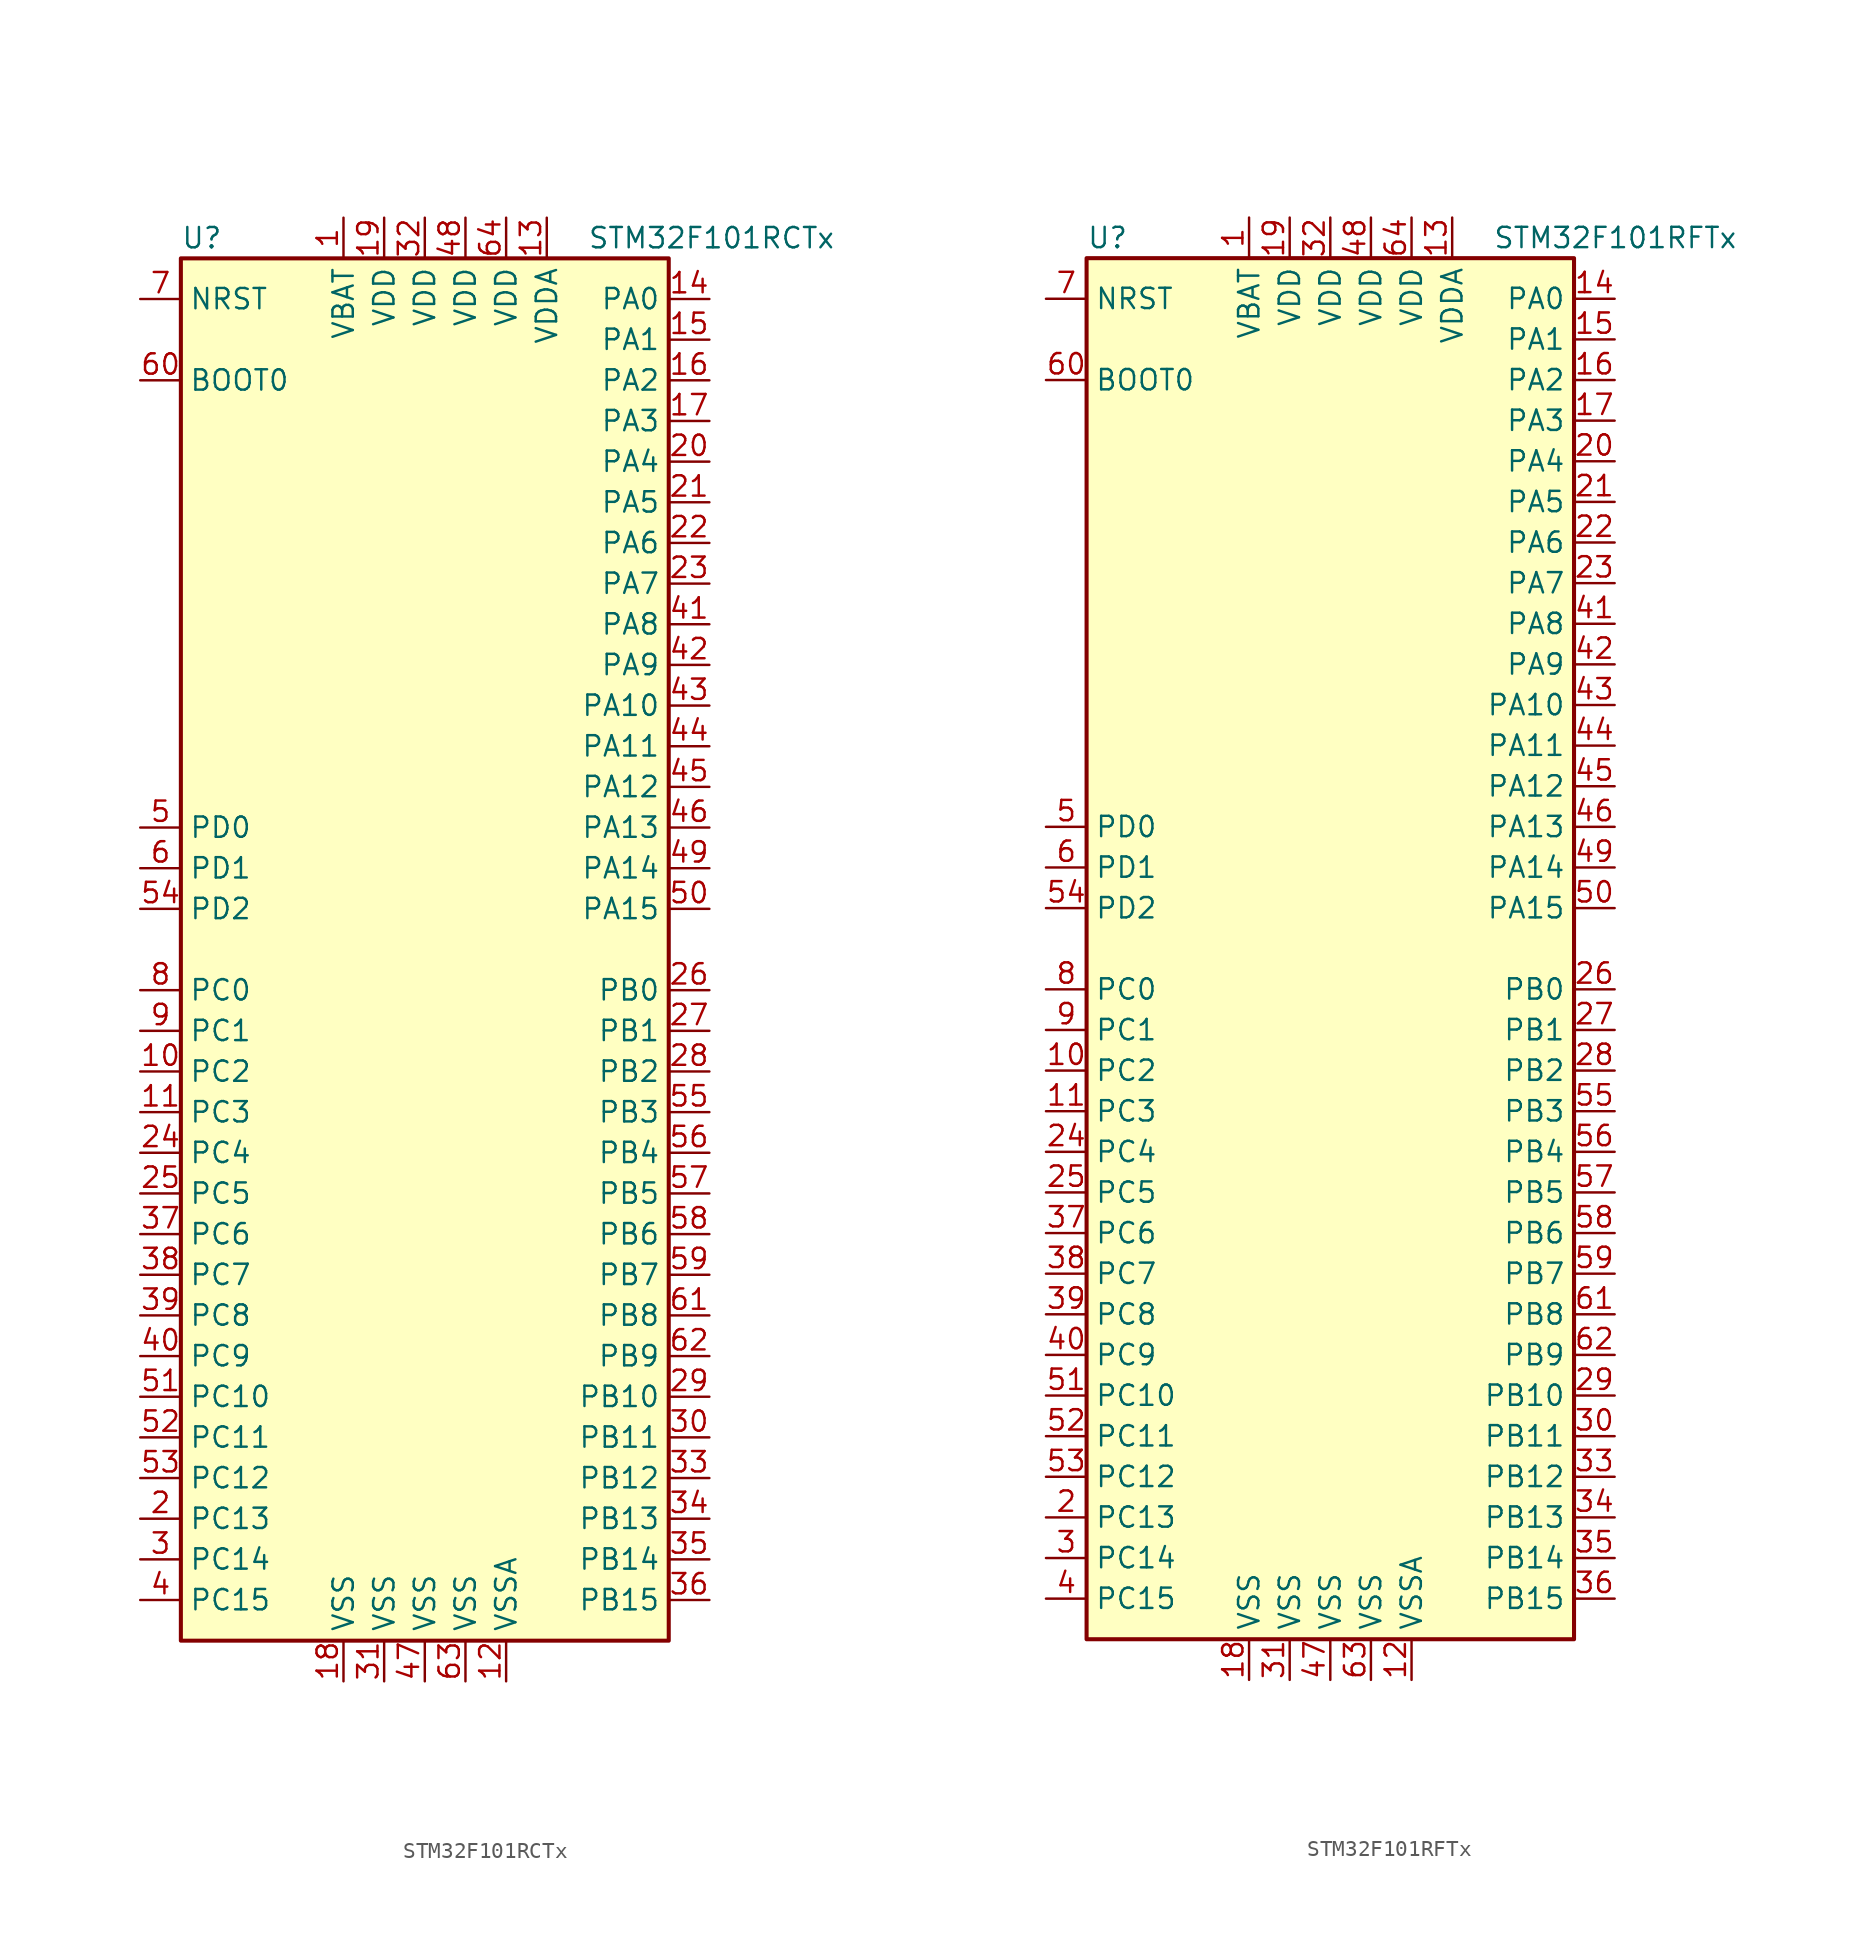
<source format=kicad_sym>
(kicad_symbol_lib
  (version 20211014)
  (generator kicad_symbol_editor)
  (symbol "STM32F101RCTx"
    (property "Reference" "U"
      (at -15.24 44.45 0)
      (effects (font (size 1.27 1.27)) (justify left)))
    (property "Value" "STM32F101RCTx"
      (at 10.16 44.45 0)
      (effects (font (size 1.27 1.27)) (justify left)))
    (symbol "STM32F101RCTx_0_1"
      (rectangle (start -15.24 -43.18) (end 15.24 43.18) (stroke (width 0.254) (type default) (color 0 0 0 0)) (fill (type background))))
    (symbol "STM32F101RCTx_1_1"
      (pin power_in line (at -5.08 45.72 270) (length 2.54) (name "VBAT" (effects (font (size 1.27 1.27)))) (number "1" (effects (font (size 1.27 1.27)))))
      (pin bidirectional line (at -17.78 -7.62 0) (length 2.54) (name "PC2" (effects (font (size 1.27 1.27)))) (number "10" (effects (font (size 1.27 1.27)))))
      (pin bidirectional line (at -17.78 -10.16 0) (length 2.54) (name "PC3" (effects (font (size 1.27 1.27)))) (number "11" (effects (font (size 1.27 1.27)))))
      (pin power_in line (at 5.08 -45.72 90) (length 2.54) (name "VSSA" (effects (font (size 1.27 1.27)))) (number "12" (effects (font (size 1.27 1.27)))))
      (pin power_in line (at 7.62 45.72 270) (length 2.54) (name "VDDA" (effects (font (size 1.27 1.27)))) (number "13" (effects (font (size 1.27 1.27)))))
      (pin bidirectional line (at 17.78 40.64 180) (length 2.54) (name "PA0" (effects (font (size 1.27 1.27)))) (number "14" (effects (font (size 1.27 1.27)))))
      (pin bidirectional line (at 17.78 38.1 180) (length 2.54) (name "PA1" (effects (font (size 1.27 1.27)))) (number "15" (effects (font (size 1.27 1.27)))))
      (pin bidirectional line (at 17.78 35.56 180) (length 2.54) (name "PA2" (effects (font (size 1.27 1.27)))) (number "16" (effects (font (size 1.27 1.27)))))
      (pin bidirectional line (at 17.78 33.02 180) (length 2.54) (name "PA3" (effects (font (size 1.27 1.27)))) (number "17" (effects (font (size 1.27 1.27)))))
      (pin power_in line (at -5.08 -45.72 90) (length 2.54) (name "VSS" (effects (font (size 1.27 1.27)))) (number "18" (effects (font (size 1.27 1.27)))))
      (pin power_in line (at -2.54 45.72 270) (length 2.54) (name "VDD" (effects (font (size 1.27 1.27)))) (number "19" (effects (font (size 1.27 1.27)))))
      (pin bidirectional line (at -17.78 -35.56 0) (length 2.54) (name "PC13" (effects (font (size 1.27 1.27)))) (number "2" (effects (font (size 1.27 1.27)))))
      (pin bidirectional line (at 17.78 30.48 180) (length 2.54) (name "PA4" (effects (font (size 1.27 1.27)))) (number "20" (effects (font (size 1.27 1.27)))))
      (pin bidirectional line (at 17.78 27.94 180) (length 2.54) (name "PA5" (effects (font (size 1.27 1.27)))) (number "21" (effects (font (size 1.27 1.27)))))
      (pin bidirectional line (at 17.78 25.4 180) (length 2.54) (name "PA6" (effects (font (size 1.27 1.27)))) (number "22" (effects (font (size 1.27 1.27)))))
      (pin bidirectional line (at 17.78 22.86 180) (length 2.54) (name "PA7" (effects (font (size 1.27 1.27)))) (number "23" (effects (font (size 1.27 1.27)))))
      (pin bidirectional line (at -17.78 -12.7 0) (length 2.54) (name "PC4" (effects (font (size 1.27 1.27)))) (number "24" (effects (font (size 1.27 1.27)))))
      (pin bidirectional line (at -17.78 -15.24 0) (length 2.54) (name "PC5" (effects (font (size 1.27 1.27)))) (number "25" (effects (font (size 1.27 1.27)))))
      (pin bidirectional line (at 17.78 -2.54 180) (length 2.54) (name "PB0" (effects (font (size 1.27 1.27)))) (number "26" (effects (font (size 1.27 1.27)))))
      (pin bidirectional line (at 17.78 -5.08 180) (length 2.54) (name "PB1" (effects (font (size 1.27 1.27)))) (number "27" (effects (font (size 1.27 1.27)))))
      (pin bidirectional line (at 17.78 -7.62 180) (length 2.54) (name "PB2" (effects (font (size 1.27 1.27)))) (number "28" (effects (font (size 1.27 1.27)))))
      (pin bidirectional line (at 17.78 -27.94 180) (length 2.54) (name "PB10" (effects (font (size 1.27 1.27)))) (number "29" (effects (font (size 1.27 1.27)))))
      (pin bidirectional line (at -17.78 -38.1 0) (length 2.54) (name "PC14" (effects (font (size 1.27 1.27)))) (number "3" (effects (font (size 1.27 1.27)))))
      (pin bidirectional line (at 17.78 -30.48 180) (length 2.54) (name "PB11" (effects (font (size 1.27 1.27)))) (number "30" (effects (font (size 1.27 1.27)))))
      (pin power_in line (at -2.54 -45.72 90) (length 2.54) (name "VSS" (effects (font (size 1.27 1.27)))) (number "31" (effects (font (size 1.27 1.27)))))
      (pin power_in line (at 0 45.72 270) (length 2.54) (name "VDD" (effects (font (size 1.27 1.27)))) (number "32" (effects (font (size 1.27 1.27)))))
      (pin bidirectional line (at 17.78 -33.02 180) (length 2.54) (name "PB12" (effects (font (size 1.27 1.27)))) (number "33" (effects (font (size 1.27 1.27)))))
      (pin bidirectional line (at 17.78 -35.56 180) (length 2.54) (name "PB13" (effects (font (size 1.27 1.27)))) (number "34" (effects (font (size 1.27 1.27)))))
      (pin bidirectional line (at 17.78 -38.1 180) (length 2.54) (name "PB14" (effects (font (size 1.27 1.27)))) (number "35" (effects (font (size 1.27 1.27)))))
      (pin bidirectional line (at 17.78 -40.64 180) (length 2.54) (name "PB15" (effects (font (size 1.27 1.27)))) (number "36" (effects (font (size 1.27 1.27)))))
      (pin bidirectional line (at -17.78 -17.78 0) (length 2.54) (name "PC6" (effects (font (size 1.27 1.27)))) (number "37" (effects (font (size 1.27 1.27)))))
      (pin bidirectional line (at -17.78 -20.32 0) (length 2.54) (name "PC7" (effects (font (size 1.27 1.27)))) (number "38" (effects (font (size 1.27 1.27)))))
      (pin bidirectional line (at -17.78 -22.86 0) (length 2.54) (name "PC8" (effects (font (size 1.27 1.27)))) (number "39" (effects (font (size 1.27 1.27)))))
      (pin bidirectional line (at -17.78 -40.64 0) (length 2.54) (name "PC15" (effects (font (size 1.27 1.27)))) (number "4" (effects (font (size 1.27 1.27)))))
      (pin bidirectional line (at -17.78 -25.4 0) (length 2.54) (name "PC9" (effects (font (size 1.27 1.27)))) (number "40" (effects (font (size 1.27 1.27)))))
      (pin bidirectional line (at 17.78 20.32 180) (length 2.54) (name "PA8" (effects (font (size 1.27 1.27)))) (number "41" (effects (font (size 1.27 1.27)))))
      (pin bidirectional line (at 17.78 17.78 180) (length 2.54) (name "PA9" (effects (font (size 1.27 1.27)))) (number "42" (effects (font (size 1.27 1.27)))))
      (pin bidirectional line (at 17.78 15.24 180) (length 2.54) (name "PA10" (effects (font (size 1.27 1.27)))) (number "43" (effects (font (size 1.27 1.27)))))
      (pin bidirectional line (at 17.78 12.7 180) (length 2.54) (name "PA11" (effects (font (size 1.27 1.27)))) (number "44" (effects (font (size 1.27 1.27)))))
      (pin bidirectional line (at 17.78 10.16 180) (length 2.54) (name "PA12" (effects (font (size 1.27 1.27)))) (number "45" (effects (font (size 1.27 1.27)))))
      (pin bidirectional line (at 17.78 7.62 180) (length 2.54) (name "PA13" (effects (font (size 1.27 1.27)))) (number "46" (effects (font (size 1.27 1.27)))))
      (pin power_in line (at 0 -45.72 90) (length 2.54) (name "VSS" (effects (font (size 1.27 1.27)))) (number "47" (effects (font (size 1.27 1.27)))))
      (pin power_in line (at 2.54 45.72 270) (length 2.54) (name "VDD" (effects (font (size 1.27 1.27)))) (number "48" (effects (font (size 1.27 1.27)))))
      (pin bidirectional line (at 17.78 5.08 180) (length 2.54) (name "PA14" (effects (font (size 1.27 1.27)))) (number "49" (effects (font (size 1.27 1.27)))))
      (pin input line (at -17.78 7.62 0) (length 2.54) (name "PD0" (effects (font (size 1.27 1.27)))) (number "5" (effects (font (size 1.27 1.27)))))
      (pin bidirectional line (at 17.78 2.54 180) (length 2.54) (name "PA15" (effects (font (size 1.27 1.27)))) (number "50" (effects (font (size 1.27 1.27)))))
      (pin bidirectional line (at -17.78 -27.94 0) (length 2.54) (name "PC10" (effects (font (size 1.27 1.27)))) (number "51" (effects (font (size 1.27 1.27)))))
      (pin bidirectional line (at -17.78 -30.48 0) (length 2.54) (name "PC11" (effects (font (size 1.27 1.27)))) (number "52" (effects (font (size 1.27 1.27)))))
      (pin bidirectional line (at -17.78 -33.02 0) (length 2.54) (name "PC12" (effects (font (size 1.27 1.27)))) (number "53" (effects (font (size 1.27 1.27)))))
      (pin bidirectional line (at -17.78 2.54 0) (length 2.54) (name "PD2" (effects (font (size 1.27 1.27)))) (number "54" (effects (font (size 1.27 1.27)))))
      (pin bidirectional line (at 17.78 -10.16 180) (length 2.54) (name "PB3" (effects (font (size 1.27 1.27)))) (number "55" (effects (font (size 1.27 1.27)))))
      (pin bidirectional line (at 17.78 -12.7 180) (length 2.54) (name "PB4" (effects (font (size 1.27 1.27)))) (number "56" (effects (font (size 1.27 1.27)))))
      (pin bidirectional line (at 17.78 -15.24 180) (length 2.54) (name "PB5" (effects (font (size 1.27 1.27)))) (number "57" (effects (font (size 1.27 1.27)))))
      (pin bidirectional line (at 17.78 -17.78 180) (length 2.54) (name "PB6" (effects (font (size 1.27 1.27)))) (number "58" (effects (font (size 1.27 1.27)))))
      (pin bidirectional line (at 17.78 -20.32 180) (length 2.54) (name "PB7" (effects (font (size 1.27 1.27)))) (number "59" (effects (font (size 1.27 1.27)))))
      (pin input line (at -17.78 5.08 0) (length 2.54) (name "PD1" (effects (font (size 1.27 1.27)))) (number "6" (effects (font (size 1.27 1.27)))))
      (pin input line (at -17.78 35.56 0) (length 2.54) (name "BOOT0" (effects (font (size 1.27 1.27)))) (number "60" (effects (font (size 1.27 1.27)))))
      (pin bidirectional line (at 17.78 -22.86 180) (length 2.54) (name "PB8" (effects (font (size 1.27 1.27)))) (number "61" (effects (font (size 1.27 1.27)))))
      (pin bidirectional line (at 17.78 -25.4 180) (length 2.54) (name "PB9" (effects (font (size 1.27 1.27)))) (number "62" (effects (font (size 1.27 1.27)))))
      (pin power_in line (at 2.54 -45.72 90) (length 2.54) (name "VSS" (effects (font (size 1.27 1.27)))) (number "63" (effects (font (size 1.27 1.27)))))
      (pin power_in line (at 5.08 45.72 270) (length 2.54) (name "VDD" (effects (font (size 1.27 1.27)))) (number "64" (effects (font (size 1.27 1.27)))))
      (pin input line (at -17.78 40.64 0) (length 2.54) (name "NRST" (effects (font (size 1.27 1.27)))) (number "7" (effects (font (size 1.27 1.27)))))
      (pin bidirectional line (at -17.78 -2.54 0) (length 2.54) (name "PC0" (effects (font (size 1.27 1.27)))) (number "8" (effects (font (size 1.27 1.27)))))
      (pin bidirectional line (at -17.78 -5.08 0) (length 2.54) (name "PC1" (effects (font (size 1.27 1.27)))) (number "9" (effects (font (size 1.27 1.27)))))))
  (symbol "STM32F101RFTx"
    (property "Reference" "U"
      (at -15.24 44.45 0)
      (effects (font (size 1.27 1.27)) (justify left)))
    (property "Value" "STM32F101RFTx"
      (at 10.16 44.45 0)
      (effects (font (size 1.27 1.27)) (justify left)))
    (symbol "STM32F101RFTx_0_1"
      (rectangle (start -15.24 -43.18) (end 15.24 43.18) (stroke (width 0.254) (type default) (color 0 0 0 0)) (fill (type background))))
    (symbol "STM32F101RFTx_1_1"
      (pin power_in line (at -5.08 45.72 270) (length 2.54) (name "VBAT" (effects (font (size 1.27 1.27)))) (number "1" (effects (font (size 1.27 1.27)))))
      (pin bidirectional line (at -17.78 -7.62 0) (length 2.54) (name "PC2" (effects (font (size 1.27 1.27)))) (number "10" (effects (font (size 1.27 1.27)))))
      (pin bidirectional line (at -17.78 -10.16 0) (length 2.54) (name "PC3" (effects (font (size 1.27 1.27)))) (number "11" (effects (font (size 1.27 1.27)))))
      (pin power_in line (at 5.08 -45.72 90) (length 2.54) (name "VSSA" (effects (font (size 1.27 1.27)))) (number "12" (effects (font (size 1.27 1.27)))))
      (pin power_in line (at 7.62 45.72 270) (length 2.54) (name "VDDA" (effects (font (size 1.27 1.27)))) (number "13" (effects (font (size 1.27 1.27)))))
      (pin bidirectional line (at 17.78 40.64 180) (length 2.54) (name "PA0" (effects (font (size 1.27 1.27)))) (number "14" (effects (font (size 1.27 1.27)))))
      (pin bidirectional line (at 17.78 38.1 180) (length 2.54) (name "PA1" (effects (font (size 1.27 1.27)))) (number "15" (effects (font (size 1.27 1.27)))))
      (pin bidirectional line (at 17.78 35.56 180) (length 2.54) (name "PA2" (effects (font (size 1.27 1.27)))) (number "16" (effects (font (size 1.27 1.27)))))
      (pin bidirectional line (at 17.78 33.02 180) (length 2.54) (name "PA3" (effects (font (size 1.27 1.27)))) (number "17" (effects (font (size 1.27 1.27)))))
      (pin power_in line (at -5.08 -45.72 90) (length 2.54) (name "VSS" (effects (font (size 1.27 1.27)))) (number "18" (effects (font (size 1.27 1.27)))))
      (pin power_in line (at -2.54 45.72 270) (length 2.54) (name "VDD" (effects (font (size 1.27 1.27)))) (number "19" (effects (font (size 1.27 1.27)))))
      (pin bidirectional line (at -17.78 -35.56 0) (length 2.54) (name "PC13" (effects (font (size 1.27 1.27)))) (number "2" (effects (font (size 1.27 1.27)))))
      (pin bidirectional line (at 17.78 30.48 180) (length 2.54) (name "PA4" (effects (font (size 1.27 1.27)))) (number "20" (effects (font (size 1.27 1.27)))))
      (pin bidirectional line (at 17.78 27.94 180) (length 2.54) (name "PA5" (effects (font (size 1.27 1.27)))) (number "21" (effects (font (size 1.27 1.27)))))
      (pin bidirectional line (at 17.78 25.4 180) (length 2.54) (name "PA6" (effects (font (size 1.27 1.27)))) (number "22" (effects (font (size 1.27 1.27)))))
      (pin bidirectional line (at 17.78 22.86 180) (length 2.54) (name "PA7" (effects (font (size 1.27 1.27)))) (number "23" (effects (font (size 1.27 1.27)))))
      (pin bidirectional line (at -17.78 -12.7 0) (length 2.54) (name "PC4" (effects (font (size 1.27 1.27)))) (number "24" (effects (font (size 1.27 1.27)))))
      (pin bidirectional line (at -17.78 -15.24 0) (length 2.54) (name "PC5" (effects (font (size 1.27 1.27)))) (number "25" (effects (font (size 1.27 1.27)))))
      (pin bidirectional line (at 17.78 -2.54 180) (length 2.54) (name "PB0" (effects (font (size 1.27 1.27)))) (number "26" (effects (font (size 1.27 1.27)))))
      (pin bidirectional line (at 17.78 -5.08 180) (length 2.54) (name "PB1" (effects (font (size 1.27 1.27)))) (number "27" (effects (font (size 1.27 1.27)))))
      (pin bidirectional line (at 17.78 -7.62 180) (length 2.54) (name "PB2" (effects (font (size 1.27 1.27)))) (number "28" (effects (font (size 1.27 1.27)))))
      (pin bidirectional line (at 17.78 -27.94 180) (length 2.54) (name "PB10" (effects (font (size 1.27 1.27)))) (number "29" (effects (font (size 1.27 1.27)))))
      (pin bidirectional line (at -17.78 -38.1 0) (length 2.54) (name "PC14" (effects (font (size 1.27 1.27)))) (number "3" (effects (font (size 1.27 1.27)))))
      (pin bidirectional line (at 17.78 -30.48 180) (length 2.54) (name "PB11" (effects (font (size 1.27 1.27)))) (number "30" (effects (font (size 1.27 1.27)))))
      (pin power_in line (at -2.54 -45.72 90) (length 2.54) (name "VSS" (effects (font (size 1.27 1.27)))) (number "31" (effects (font (size 1.27 1.27)))))
      (pin power_in line (at 0 45.72 270) (length 2.54) (name "VDD" (effects (font (size 1.27 1.27)))) (number "32" (effects (font (size 1.27 1.27)))))
      (pin bidirectional line (at 17.78 -33.02 180) (length 2.54) (name "PB12" (effects (font (size 1.27 1.27)))) (number "33" (effects (font (size 1.27 1.27)))))
      (pin bidirectional line (at 17.78 -35.56 180) (length 2.54) (name "PB13" (effects (font (size 1.27 1.27)))) (number "34" (effects (font (size 1.27 1.27)))))
      (pin bidirectional line (at 17.78 -38.1 180) (length 2.54) (name "PB14" (effects (font (size 1.27 1.27)))) (number "35" (effects (font (size 1.27 1.27)))))
      (pin bidirectional line (at 17.78 -40.64 180) (length 2.54) (name "PB15" (effects (font (size 1.27 1.27)))) (number "36" (effects (font (size 1.27 1.27)))))
      (pin bidirectional line (at -17.78 -17.78 0) (length 2.54) (name "PC6" (effects (font (size 1.27 1.27)))) (number "37" (effects (font (size 1.27 1.27)))))
      (pin bidirectional line (at -17.78 -20.32 0) (length 2.54) (name "PC7" (effects (font (size 1.27 1.27)))) (number "38" (effects (font (size 1.27 1.27)))))
      (pin bidirectional line (at -17.78 -22.86 0) (length 2.54) (name "PC8" (effects (font (size 1.27 1.27)))) (number "39" (effects (font (size 1.27 1.27)))))
      (pin bidirectional line (at -17.78 -40.64 0) (length 2.54) (name "PC15" (effects (font (size 1.27 1.27)))) (number "4" (effects (font (size 1.27 1.27)))))
      (pin bidirectional line (at -17.78 -25.4 0) (length 2.54) (name "PC9" (effects (font (size 1.27 1.27)))) (number "40" (effects (font (size 1.27 1.27)))))
      (pin bidirectional line (at 17.78 20.32 180) (length 2.54) (name "PA8" (effects (font (size 1.27 1.27)))) (number "41" (effects (font (size 1.27 1.27)))))
      (pin bidirectional line (at 17.78 17.78 180) (length 2.54) (name "PA9" (effects (font (size 1.27 1.27)))) (number "42" (effects (font (size 1.27 1.27)))))
      (pin bidirectional line (at 17.78 15.24 180) (length 2.54) (name "PA10" (effects (font (size 1.27 1.27)))) (number "43" (effects (font (size 1.27 1.27)))))
      (pin bidirectional line (at 17.78 12.7 180) (length 2.54) (name "PA11" (effects (font (size 1.27 1.27)))) (number "44" (effects (font (size 1.27 1.27)))))
      (pin bidirectional line (at 17.78 10.16 180) (length 2.54) (name "PA12" (effects (font (size 1.27 1.27)))) (number "45" (effects (font (size 1.27 1.27)))))
      (pin bidirectional line (at 17.78 7.62 180) (length 2.54) (name "PA13" (effects (font (size 1.27 1.27)))) (number "46" (effects (font (size 1.27 1.27)))))
      (pin power_in line (at 0 -45.72 90) (length 2.54) (name "VSS" (effects (font (size 1.27 1.27)))) (number "47" (effects (font (size 1.27 1.27)))))
      (pin power_in line (at 2.54 45.72 270) (length 2.54) (name "VDD" (effects (font (size 1.27 1.27)))) (number "48" (effects (font (size 1.27 1.27)))))
      (pin bidirectional line (at 17.78 5.08 180) (length 2.54) (name "PA14" (effects (font (size 1.27 1.27)))) (number "49" (effects (font (size 1.27 1.27)))))
      (pin input line (at -17.78 7.62 0) (length 2.54) (name "PD0" (effects (font (size 1.27 1.27)))) (number "5" (effects (font (size 1.27 1.27)))))
      (pin bidirectional line (at 17.78 2.54 180) (length 2.54) (name "PA15" (effects (font (size 1.27 1.27)))) (number "50" (effects (font (size 1.27 1.27)))))
      (pin bidirectional line (at -17.78 -27.94 0) (length 2.54) (name "PC10" (effects (font (size 1.27 1.27)))) (number "51" (effects (font (size 1.27 1.27)))))
      (pin bidirectional line (at -17.78 -30.48 0) (length 2.54) (name "PC11" (effects (font (size 1.27 1.27)))) (number "52" (effects (font (size 1.27 1.27)))))
      (pin bidirectional line (at -17.78 -33.02 0) (length 2.54) (name "PC12" (effects (font (size 1.27 1.27)))) (number "53" (effects (font (size 1.27 1.27)))))
      (pin bidirectional line (at -17.78 2.54 0) (length 2.54) (name "PD2" (effects (font (size 1.27 1.27)))) (number "54" (effects (font (size 1.27 1.27)))))
      (pin bidirectional line (at 17.78 -10.16 180) (length 2.54) (name "PB3" (effects (font (size 1.27 1.27)))) (number "55" (effects (font (size 1.27 1.27)))))
      (pin bidirectional line (at 17.78 -12.7 180) (length 2.54) (name "PB4" (effects (font (size 1.27 1.27)))) (number "56" (effects (font (size 1.27 1.27)))))
      (pin bidirectional line (at 17.78 -15.24 180) (length 2.54) (name "PB5" (effects (font (size 1.27 1.27)))) (number "57" (effects (font (size 1.27 1.27)))))
      (pin bidirectional line (at 17.78 -17.78 180) (length 2.54) (name "PB6" (effects (font (size 1.27 1.27)))) (number "58" (effects (font (size 1.27 1.27)))))
      (pin bidirectional line (at 17.78 -20.32 180) (length 2.54) (name "PB7" (effects (font (size 1.27 1.27)))) (number "59" (effects (font (size 1.27 1.27)))))
      (pin input line (at -17.78 5.08 0) (length 2.54) (name "PD1" (effects (font (size 1.27 1.27)))) (number "6" (effects (font (size 1.27 1.27)))))
      (pin input line (at -17.78 35.56 0) (length 2.54) (name "BOOT0" (effects (font (size 1.27 1.27)))) (number "60" (effects (font (size 1.27 1.27)))))
      (pin bidirectional line (at 17.78 -22.86 180) (length 2.54) (name "PB8" (effects (font (size 1.27 1.27)))) (number "61" (effects (font (size 1.27 1.27)))))
      (pin bidirectional line (at 17.78 -25.4 180) (length 2.54) (name "PB9" (effects (font (size 1.27 1.27)))) (number "62" (effects (font (size 1.27 1.27)))))
      (pin power_in line (at 2.54 -45.72 90) (length 2.54) (name "VSS" (effects (font (size 1.27 1.27)))) (number "63" (effects (font (size 1.27 1.27)))))
      (pin power_in line (at 5.08 45.72 270) (length 2.54) (name "VDD" (effects (font (size 1.27 1.27)))) (number "64" (effects (font (size 1.27 1.27)))))
      (pin input line (at -17.78 40.64 0) (length 2.54) (name "NRST" (effects (font (size 1.27 1.27)))) (number "7" (effects (font (size 1.27 1.27)))))
      (pin bidirectional line (at -17.78 -2.54 0) (length 2.54) (name "PC0" (effects (font (size 1.27 1.27)))) (number "8" (effects (font (size 1.27 1.27)))))
      (pin bidirectional line (at -17.78 -5.08 0) (length 2.54) (name "PC1" (effects (font (size 1.27 1.27)))) (number "9" (effects (font (size 1.27 1.27))))))))
</source>
